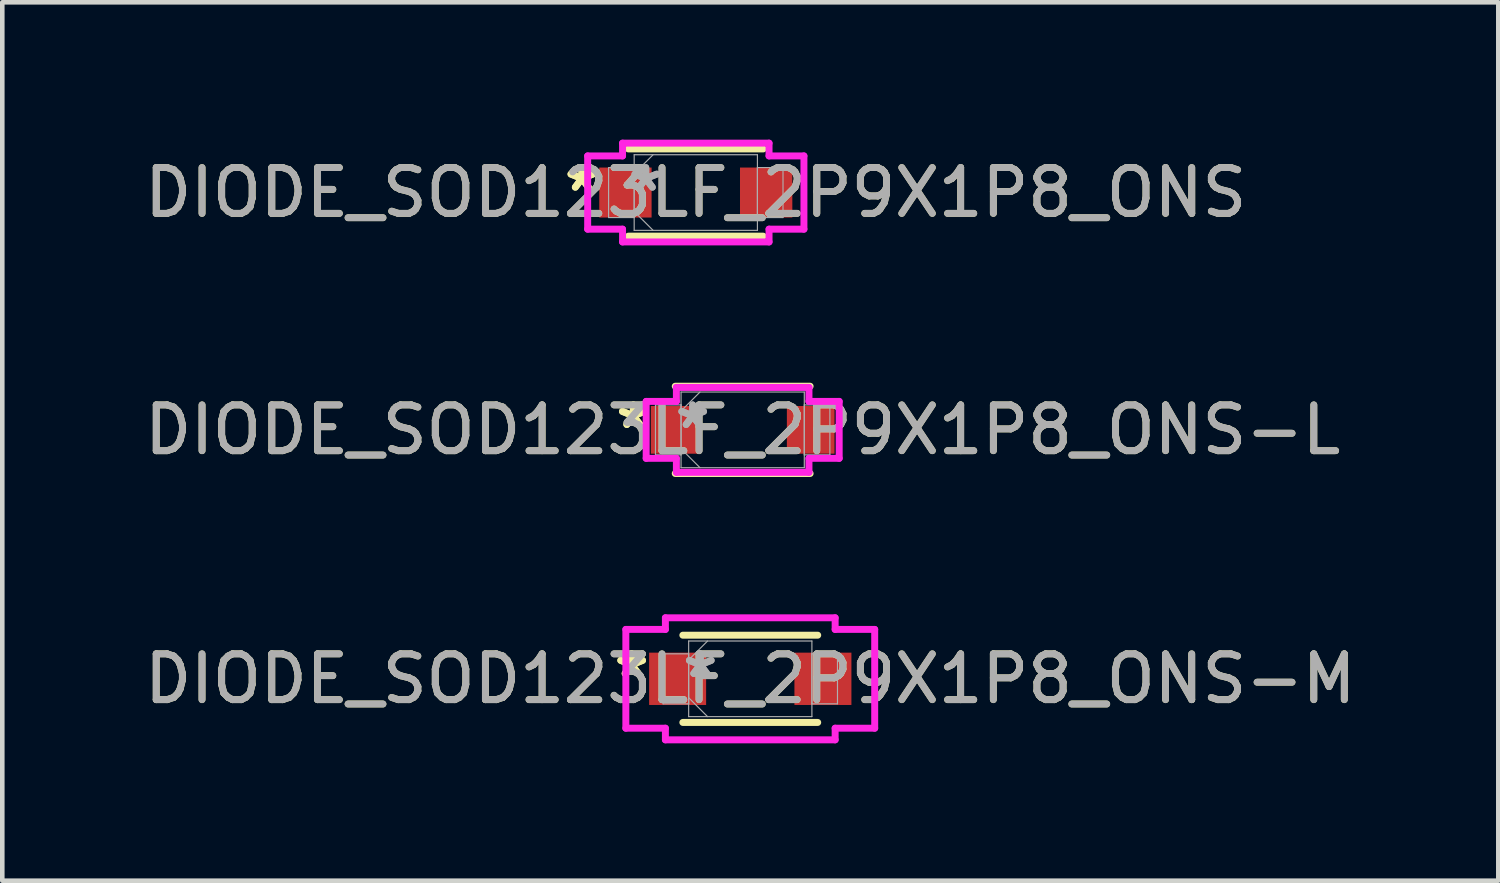
<source format=kicad_pcb>
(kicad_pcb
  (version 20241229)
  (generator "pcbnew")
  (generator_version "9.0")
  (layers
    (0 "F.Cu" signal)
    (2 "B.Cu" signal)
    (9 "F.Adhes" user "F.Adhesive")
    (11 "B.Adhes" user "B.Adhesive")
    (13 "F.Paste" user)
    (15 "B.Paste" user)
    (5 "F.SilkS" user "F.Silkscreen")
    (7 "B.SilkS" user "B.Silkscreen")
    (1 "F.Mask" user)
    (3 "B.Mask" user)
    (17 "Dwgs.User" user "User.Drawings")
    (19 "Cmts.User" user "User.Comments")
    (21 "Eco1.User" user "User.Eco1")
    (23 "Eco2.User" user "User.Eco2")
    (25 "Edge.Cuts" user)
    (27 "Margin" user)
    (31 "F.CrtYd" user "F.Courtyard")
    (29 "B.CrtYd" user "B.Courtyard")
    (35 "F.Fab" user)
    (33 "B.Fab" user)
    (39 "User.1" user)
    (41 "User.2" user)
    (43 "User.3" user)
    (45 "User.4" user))
  (footprint "DIODE_SOD123LF_2P9X1P8_ONS"
    (layer "F.Cu")
    (at 12.149 1.156)
    (property "Reference" "DIODE_SOD123LF_2P9X1P8_ONS" (at 0 0 0) (unlocked yes) (layer "F.SilkS") (effects (font (size 1 1) (thickness 0.15))))
    (attr smd)
    (fp_line (start -1.473 0.953) (end 1.473 0.953) (stroke (width 0.152) (type solid)) (layer "F.SilkS"))
    (fp_line (start 1.473 -0.953) (end -1.473 -0.953) (stroke (width 0.152) (type solid)) (layer "F.SilkS"))
    (fp_line (start -2.362 -0.8) (end -1.6 -0.8) (stroke (width 0.152) (type solid)) (layer "F.CrtYd"))
    (fp_line (start -2.362 0.8) (end -2.362 -0.8) (stroke (width 0.152) (type solid)) (layer "F.CrtYd"))
    (fp_line (start -1.6 -1.079) (end 1.6 -1.079) (stroke (width 0.152) (type solid)) (layer "F.CrtYd"))
    (fp_line (start -1.6 -0.8) (end -1.6 -1.079) (stroke (width 0.152) (type solid)) (layer "F.CrtYd"))
    (fp_line (start -1.6 0.8) (end -2.362 0.8) (stroke (width 0.152) (type solid)) (layer "F.CrtYd"))
    (fp_line (start -1.6 1.079) (end -1.6 0.8) (stroke (width 0.152) (type solid)) (layer "F.CrtYd"))
    (fp_line (start 1.6 -1.079) (end 1.6 -0.8) (stroke (width 0.152) (type solid)) (layer "F.CrtYd"))
    (fp_line (start 1.6 -0.8) (end 2.362 -0.8) (stroke (width 0.152) (type solid)) (layer "F.CrtYd"))
    (fp_line (start 1.6 0.8) (end 1.6 1.079) (stroke (width 0.152) (type solid)) (layer "F.CrtYd"))
    (fp_line (start 1.6 1.079) (end -1.6 1.079) (stroke (width 0.152) (type solid)) (layer "F.CrtYd"))
    (fp_line (start 2.362 -0.8) (end 2.362 0.8) (stroke (width 0.152) (type solid)) (layer "F.CrtYd"))
    (fp_line (start 2.362 0.8) (end 1.6 0.8) (stroke (width 0.152) (type solid)) (layer "F.CrtYd"))
    (fp_line (start -1.905 -0.546) (end -1.905 0.546) (stroke (width 0.025) (type solid)) (layer "F.Fab"))
    (fp_line (start -1.905 0.546) (end -1.346 0.546) (stroke (width 0.025) (type solid)) (layer "F.Fab"))
    (fp_line (start -1.346 -0.826) (end -1.346 0.826) (stroke (width 0.025) (type solid)) (layer "F.Fab"))
    (fp_line (start -1.346 -0.546) (end -1.905 -0.546) (stroke (width 0.025) (type solid)) (layer "F.Fab"))
    (fp_line (start -1.346 -0.413) (end -0.933 -0.826) (stroke (width 0.025) (type solid)) (layer "F.Fab"))
    (fp_line (start -1.346 0.413) (end -0.933 0.826) (stroke (width 0.025) (type solid)) (layer "F.Fab"))
    (fp_line (start -1.346 0.546) (end -1.346 -0.546) (stroke (width 0.025) (type solid)) (layer "F.Fab"))
    (fp_line (start -1.346 0.826) (end 1.346 0.826) (stroke (width 0.025) (type solid)) (layer "F.Fab"))
    (fp_line (start 1.346 -0.826) (end -1.346 -0.826) (stroke (width 0.025) (type solid)) (layer "F.Fab"))
    (fp_line (start 1.346 -0.546) (end 1.346 0.546) (stroke (width 0.025) (type solid)) (layer "F.Fab"))
    (fp_line (start 1.346 0.546) (end 1.905 0.546) (stroke (width 0.025) (type solid)) (layer "F.Fab"))
    (fp_line (start 1.346 0.826) (end 1.346 -0.826) (stroke (width 0.025) (type solid)) (layer "F.Fab"))
    (fp_line (start 1.905 -0.546) (end 1.346 -0.546) (stroke (width 0.025) (type solid)) (layer "F.Fab"))
    (fp_line (start 1.905 0.546) (end 1.905 -0.546) (stroke (width 0.025) (type solid)) (layer "F.Fab"))
    (fp_text user "*" (at -2.489 0 0) (unlocked yes) (layer "F.SilkS") (effects (font (size 1 1) (thickness 0.15))))
    (fp_text user "*" (at -2.489 0 0) (layer "F.SilkS") (effects (font (size 1 1) (thickness 0.15))))
    (fp_text user "${REFERENCE}" (at 0 0 0) (unlocked yes) (layer "F.Fab") (effects (font (size 1 1) (thickness 0.15))))
    (fp_text user "*" (at -1.092 0 0) (unlocked yes) (layer "F.Fab") (effects (font (size 1 1) (thickness 0.15))))
    (fp_text user "*" (at -1.092 0 0) (layer "F.Fab") (effects (font (size 1 1) (thickness 0.15))))
    (pad "1" smd rect (at -1.537 0) (size 1.143 1.092) (layers "F.Cu" "F.Mask" "F.Paste"))
    (pad "2" smd rect (at 1.537 0) (size 1.143 1.092) (layers "F.Cu" "F.Mask" "F.Paste"))
    (zone (net_name "") (layer "F.Cu") (hatch full 0.508) (connect_pads) (min_thickness 0.254) (filled_areas_thickness no) (keepout (tracks not_allowed) (vias not_allowed) (pads allowed) (copperpour not_allowed) (footprints allowed)) (placement (enabled no)) (fill) (polygon (pts (xy 11.234 0.381) (xy 13.063 0.381) (xy 13.063 1.93) (xy 11.234 1.93)))))
  (footprint "DIODE_SOD123LF_2P9X1P8_ONS-L"
    (layer "F.Cu")
    (at 13.173 6.34)
    (property "Reference" "DIODE_SOD123LF_2P9X1P8_ONS-L" (at 0 0 0) (unlocked yes) (layer "F.SilkS") (effects (font (size 1 1) (thickness 0.15))))
    (attr smd)
    (fp_line (start -1.473 0.953) (end 1.473 0.953) (stroke (width 0.152) (type solid)) (layer "F.SilkS"))
    (fp_line (start 1.473 -0.953) (end -1.473 -0.953) (stroke (width 0.152) (type solid)) (layer "F.SilkS"))
    (fp_line (start -2.108 -0.622) (end -1.448 -0.622) (stroke (width 0.152) (type solid)) (layer "F.CrtYd"))
    (fp_line (start -2.108 0.622) (end -2.108 -0.622) (stroke (width 0.152) (type solid)) (layer "F.CrtYd"))
    (fp_line (start -1.448 -0.927) (end 1.448 -0.927) (stroke (width 0.152) (type solid)) (layer "F.CrtYd"))
    (fp_line (start -1.448 -0.622) (end -1.448 -0.927) (stroke (width 0.152) (type solid)) (layer "F.CrtYd"))
    (fp_line (start -1.448 0.622) (end -2.108 0.622) (stroke (width 0.152) (type solid)) (layer "F.CrtYd"))
    (fp_line (start -1.448 0.927) (end -1.448 0.622) (stroke (width 0.152) (type solid)) (layer "F.CrtYd"))
    (fp_line (start 1.448 -0.927) (end 1.448 -0.622) (stroke (width 0.152) (type solid)) (layer "F.CrtYd"))
    (fp_line (start 1.448 -0.622) (end 2.108 -0.622) (stroke (width 0.152) (type solid)) (layer "F.CrtYd"))
    (fp_line (start 1.448 0.622) (end 1.448 0.927) (stroke (width 0.152) (type solid)) (layer "F.CrtYd"))
    (fp_line (start 1.448 0.927) (end -1.448 0.927) (stroke (width 0.152) (type solid)) (layer "F.CrtYd"))
    (fp_line (start 2.108 -0.622) (end 2.108 0.622) (stroke (width 0.152) (type solid)) (layer "F.CrtYd"))
    (fp_line (start 2.108 0.622) (end 1.448 0.622) (stroke (width 0.152) (type solid)) (layer "F.CrtYd"))
    (fp_line (start -1.905 -0.546) (end -1.905 0.546) (stroke (width 0.025) (type solid)) (layer "F.Fab"))
    (fp_line (start -1.905 0.546) (end -1.346 0.546) (stroke (width 0.025) (type solid)) (layer "F.Fab"))
    (fp_line (start -1.346 -0.826) (end -1.346 0.826) (stroke (width 0.025) (type solid)) (layer "F.Fab"))
    (fp_line (start -1.346 -0.546) (end -1.905 -0.546) (stroke (width 0.025) (type solid)) (layer "F.Fab"))
    (fp_line (start -1.346 -0.413) (end -0.933 -0.826) (stroke (width 0.025) (type solid)) (layer "F.Fab"))
    (fp_line (start -1.346 0.413) (end -0.933 0.826) (stroke (width 0.025) (type solid)) (layer "F.Fab"))
    (fp_line (start -1.346 0.546) (end -1.346 -0.546) (stroke (width 0.025) (type solid)) (layer "F.Fab"))
    (fp_line (start -1.346 0.826) (end 1.346 0.826) (stroke (width 0.025) (type solid)) (layer "F.Fab"))
    (fp_line (start 1.346 -0.826) (end -1.346 -0.826) (stroke (width 0.025) (type solid)) (layer "F.Fab"))
    (fp_line (start 1.346 -0.546) (end 1.346 0.546) (stroke (width 0.025) (type solid)) (layer "F.Fab"))
    (fp_line (start 1.346 0.546) (end 1.905 0.546) (stroke (width 0.025) (type solid)) (layer "F.Fab"))
    (fp_line (start 1.346 0.826) (end 1.346 -0.826) (stroke (width 0.025) (type solid)) (layer "F.Fab"))
    (fp_line (start 1.905 -0.546) (end 1.346 -0.546) (stroke (width 0.025) (type solid)) (layer "F.Fab"))
    (fp_line (start 1.905 0.546) (end 1.905 -0.546) (stroke (width 0.025) (type solid)) (layer "F.Fab"))
    (fp_text user "*" (at -2.388 0 0) (unlocked yes) (layer "F.SilkS") (effects (font (size 1 1) (thickness 0.15))))
    (fp_text user "*" (at -2.388 0 0) (layer "F.SilkS") (effects (font (size 1 1) (thickness 0.15))))
    (fp_text user "${REFERENCE}" (at 0 0 0) (unlocked yes) (layer "F.Fab") (effects (font (size 1 1) (thickness 0.15))))
    (fp_text user "*" (at -1.092 0 0) (unlocked yes) (layer "F.Fab") (effects (font (size 1 1) (thickness 0.15))))
    (fp_text user "*" (at -1.092 0 0) (layer "F.Fab") (effects (font (size 1 1) (thickness 0.15))))
    (pad "1" smd rect (at -1.486 0) (size 1.041 1.041) (layers "F.Cu" "F.Mask" "F.Paste"))
    (pad "2" smd rect (at 1.486 0) (size 1.041 1.041) (layers "F.Cu" "F.Mask" "F.Paste"))
    (zone (net_name "") (layer "F.Cu") (hatch full 0.508) (connect_pads) (min_thickness 0.254) (filled_areas_thickness no) (keepout (tracks not_allowed) (vias not_allowed) (pads allowed) (copperpour not_allowed) (footprints allowed)) (placement (enabled no)) (fill) (polygon (pts (xy 12.258 5.565) (xy 14.087 5.565) (xy 14.087 7.115) (xy 12.258 7.115)))))
  (footprint "DIODE_SOD123LF_2P9X1P8_ONS-M"
    (layer "F.Cu")
    (at 13.339 11.778)
    (property "Reference" "DIODE_SOD123LF_2P9X1P8_ONS-M" (at 0 0 0) (unlocked yes) (layer "F.SilkS") (effects (font (size 1 1) (thickness 0.15))))
    (attr smd)
    (fp_line (start -1.473 0.953) (end 1.473 0.953) (stroke (width 0.152) (type solid)) (layer "F.SilkS"))
    (fp_line (start 1.473 -0.953) (end -1.473 -0.953) (stroke (width 0.152) (type solid)) (layer "F.SilkS"))
    (fp_line (start -2.718 -1.079) (end -1.854 -1.079) (stroke (width 0.152) (type solid)) (layer "F.CrtYd"))
    (fp_line (start -2.718 1.079) (end -2.718 -1.079) (stroke (width 0.152) (type solid)) (layer "F.CrtYd"))
    (fp_line (start -1.854 -1.333) (end 1.854 -1.333) (stroke (width 0.152) (type solid)) (layer "F.CrtYd"))
    (fp_line (start -1.854 -1.079) (end -1.854 -1.333) (stroke (width 0.152) (type solid)) (layer "F.CrtYd"))
    (fp_line (start -1.854 1.079) (end -2.718 1.079) (stroke (width 0.152) (type solid)) (layer "F.CrtYd"))
    (fp_line (start -1.854 1.333) (end -1.854 1.079) (stroke (width 0.152) (type solid)) (layer "F.CrtYd"))
    (fp_line (start 1.854 -1.333) (end 1.854 -1.079) (stroke (width 0.152) (type solid)) (layer "F.CrtYd"))
    (fp_line (start 1.854 -1.079) (end 2.718 -1.079) (stroke (width 0.152) (type solid)) (layer "F.CrtYd"))
    (fp_line (start 1.854 1.079) (end 1.854 1.333) (stroke (width 0.152) (type solid)) (layer "F.CrtYd"))
    (fp_line (start 1.854 1.333) (end -1.854 1.333) (stroke (width 0.152) (type solid)) (layer "F.CrtYd"))
    (fp_line (start 2.718 -1.079) (end 2.718 1.079) (stroke (width 0.152) (type solid)) (layer "F.CrtYd"))
    (fp_line (start 2.718 1.079) (end 1.854 1.079) (stroke (width 0.152) (type solid)) (layer "F.CrtYd"))
    (fp_line (start -1.905 -0.546) (end -1.905 0.546) (stroke (width 0.025) (type solid)) (layer "F.Fab"))
    (fp_line (start -1.905 0.546) (end -1.346 0.546) (stroke (width 0.025) (type solid)) (layer "F.Fab"))
    (fp_line (start -1.346 -0.826) (end -1.346 0.826) (stroke (width 0.025) (type solid)) (layer "F.Fab"))
    (fp_line (start -1.346 -0.546) (end -1.905 -0.546) (stroke (width 0.025) (type solid)) (layer "F.Fab"))
    (fp_line (start -1.346 -0.413) (end -0.933 -0.826) (stroke (width 0.025) (type solid)) (layer "F.Fab"))
    (fp_line (start -1.346 0.413) (end -0.933 0.826) (stroke (width 0.025) (type solid)) (layer "F.Fab"))
    (fp_line (start -1.346 0.546) (end -1.346 -0.546) (stroke (width 0.025) (type solid)) (layer "F.Fab"))
    (fp_line (start -1.346 0.826) (end 1.346 0.826) (stroke (width 0.025) (type solid)) (layer "F.Fab"))
    (fp_line (start 1.346 -0.826) (end -1.346 -0.826) (stroke (width 0.025) (type solid)) (layer "F.Fab"))
    (fp_line (start 1.346 -0.546) (end 1.346 0.546) (stroke (width 0.025) (type solid)) (layer "F.Fab"))
    (fp_line (start 1.346 0.546) (end 1.905 0.546) (stroke (width 0.025) (type solid)) (layer "F.Fab"))
    (fp_line (start 1.346 0.826) (end 1.346 -0.826) (stroke (width 0.025) (type solid)) (layer "F.Fab"))
    (fp_line (start 1.905 -0.546) (end 1.346 -0.546) (stroke (width 0.025) (type solid)) (layer "F.Fab"))
    (fp_line (start 1.905 0.546) (end 1.905 -0.546) (stroke (width 0.025) (type solid)) (layer "F.Fab"))
    (fp_text user "*" (at -2.591 0 0) (unlocked yes) (layer "F.SilkS") (effects (font (size 1 1) (thickness 0.15))))
    (fp_text user "*" (at -2.591 0 0) (layer "F.SilkS") (effects (font (size 1 1) (thickness 0.15))))
    (fp_text user "*" (at -1.092 0 0) (layer "F.Fab") (effects (font (size 1 1) (thickness 0.15))))
    (fp_text user "*" (at -1.092 0 0) (unlocked yes) (layer "F.Fab") (effects (font (size 1 1) (thickness 0.15))))
    (fp_text user "${REFERENCE}" (at 0 0 0) (unlocked yes) (layer "F.Fab") (effects (font (size 1 1) (thickness 0.15))))
    (pad "1" smd rect (at -1.587 0) (size 1.245 1.143) (layers "F.Cu" "F.Mask" "F.Paste"))
    (pad "2" smd rect (at 1.587 0) (size 1.245 1.143) (layers "F.Cu" "F.Mask" "F.Paste"))
    (zone (net_name "") (layer "F.Cu") (hatch full 0.508) (connect_pads) (min_thickness 0.254) (filled_areas_thickness no) (keepout (tracks not_allowed) (vias not_allowed) (pads allowed) (copperpour not_allowed) (footprints allowed)) (placement (enabled no)) (fill) (polygon (pts (xy 12.425 11.004) (xy 14.254 11.004) (xy 14.254 12.553) (xy 12.425 12.553)))))
  (gr_rect
    (start -3 -3)
    (end 29.679 16.188)
    (stroke (width 0.1) (type default))
    (fill no)
    (layer "Edge.Cuts")))
</source>
